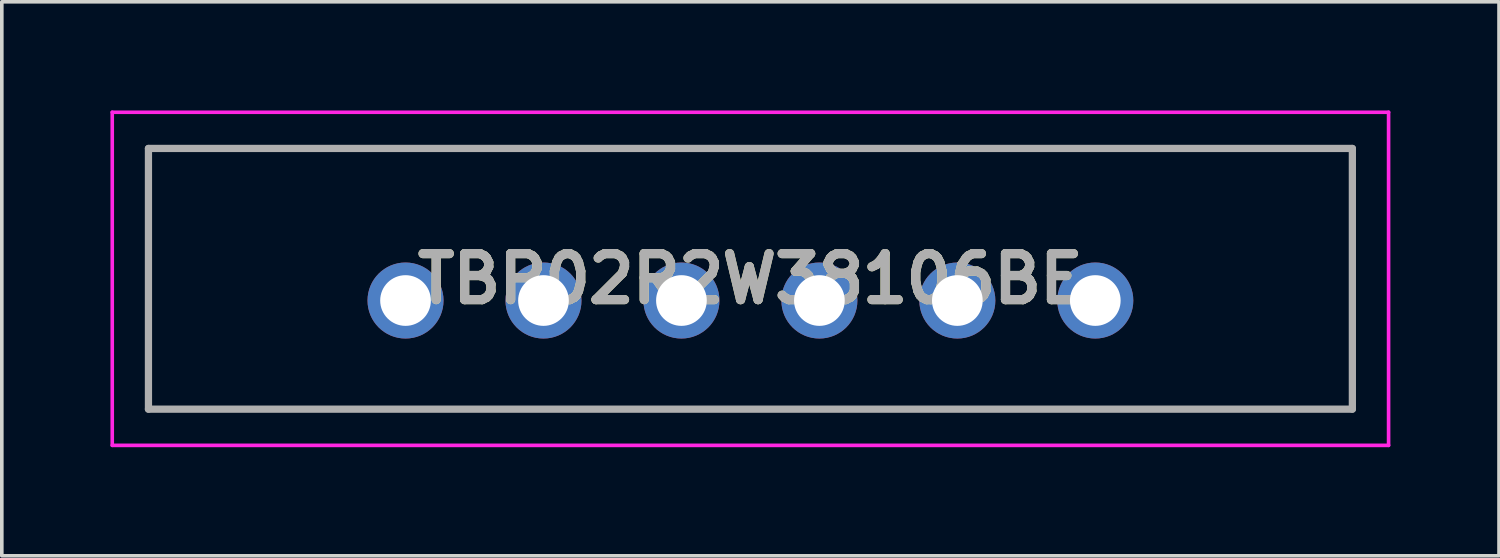
<source format=kicad_pcb>
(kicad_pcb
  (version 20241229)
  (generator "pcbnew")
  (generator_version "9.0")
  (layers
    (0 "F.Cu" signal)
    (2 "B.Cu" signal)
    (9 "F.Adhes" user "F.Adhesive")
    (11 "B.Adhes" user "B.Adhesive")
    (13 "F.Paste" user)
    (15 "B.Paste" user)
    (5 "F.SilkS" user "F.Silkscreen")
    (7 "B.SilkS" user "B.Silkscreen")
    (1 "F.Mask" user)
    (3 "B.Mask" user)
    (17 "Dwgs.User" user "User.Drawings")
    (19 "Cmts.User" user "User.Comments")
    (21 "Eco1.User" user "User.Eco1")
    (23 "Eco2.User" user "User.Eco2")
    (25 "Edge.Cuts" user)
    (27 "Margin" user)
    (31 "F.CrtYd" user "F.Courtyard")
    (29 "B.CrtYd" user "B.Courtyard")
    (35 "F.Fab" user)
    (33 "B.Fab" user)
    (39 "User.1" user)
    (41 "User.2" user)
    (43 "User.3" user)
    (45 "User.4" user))
  (footprint "TBP02R2W38106BE"
    (layer "F.Cu")
    (at 8.15 5.25)
    (property "Reference" "TBP02R2W38106BE" (at 9.525 -0.6 0) (layer "F.SilkS") (effects (font (size 1.27 1.27) (thickness 0.254))))
    (attr through_hole)
    (fp_line (start -7.1 -4.2) (end 26.15 -4.2) (stroke (width 0.1) (type solid)) (layer "F.SilkS"))
    (fp_line (start -7.1 3) (end -7.1 -4.2) (stroke (width 0.1) (type solid)) (layer "F.SilkS"))
    (fp_line (start 26.15 -4.2) (end 26.15 3) (stroke (width 0.1) (type solid)) (layer "F.SilkS"))
    (fp_line (start 26.15 3) (end -7.1 3) (stroke (width 0.1) (type solid)) (layer "F.SilkS"))
    (fp_line (start -8.1 -5.2) (end 27.15 -5.2) (stroke (width 0.1) (type solid)) (layer "F.CrtYd"))
    (fp_line (start -8.1 4) (end -8.1 -5.2) (stroke (width 0.1) (type solid)) (layer "F.CrtYd"))
    (fp_line (start 27.15 -5.2) (end 27.15 4) (stroke (width 0.1) (type solid)) (layer "F.CrtYd"))
    (fp_line (start 27.15 4) (end -8.1 4) (stroke (width 0.1) (type solid)) (layer "F.CrtYd"))
    (fp_line (start -7.1 -4.2) (end 26.15 -4.2) (stroke (width 0.2) (type solid)) (layer "F.Fab"))
    (fp_line (start -7.1 3) (end -7.1 -4.2) (stroke (width 0.2) (type solid)) (layer "F.Fab"))
    (fp_line (start 26.15 -4.2) (end 26.15 3) (stroke (width 0.2) (type solid)) (layer "F.Fab"))
    (fp_line (start 26.15 3) (end -7.1 3) (stroke (width 0.2) (type solid)) (layer "F.Fab"))
    (fp_text user "${REFERENCE}" (at 9.525 -0.6 0) (layer "F.Fab") (effects (font (size 1.27 1.27) (thickness 0.254))))
    (pad "1" thru_hole circle (at 0 0) (size 2.1 2.1) (drill 1.4) (layers "*.Cu" "*.Mask"))
    (pad "2" thru_hole circle (at 3.81 0) (size 2.1 2.1) (drill 1.4) (layers "*.Cu" "*.Mask"))
    (pad "3" thru_hole circle (at 7.62 0) (size 2.1 2.1) (drill 1.4) (layers "*.Cu" "*.Mask"))
    (pad "4" thru_hole circle (at 11.43 0) (size 2.1 2.1) (drill 1.4) (layers "*.Cu" "*.Mask"))
    (pad "5" thru_hole circle (at 15.24 0) (size 2.1 2.1) (drill 1.4) (layers "*.Cu" "*.Mask"))
    (pad "6" thru_hole circle (at 19.05 0) (size 2.1 2.1) (drill 1.4) (layers "*.Cu" "*.Mask")))
  (gr_rect
    (start -3 -3)
    (end 38.35 12.3)
    (stroke (width 0.1) (type default))
    (fill no)
    (layer "Edge.Cuts")))
</source>
